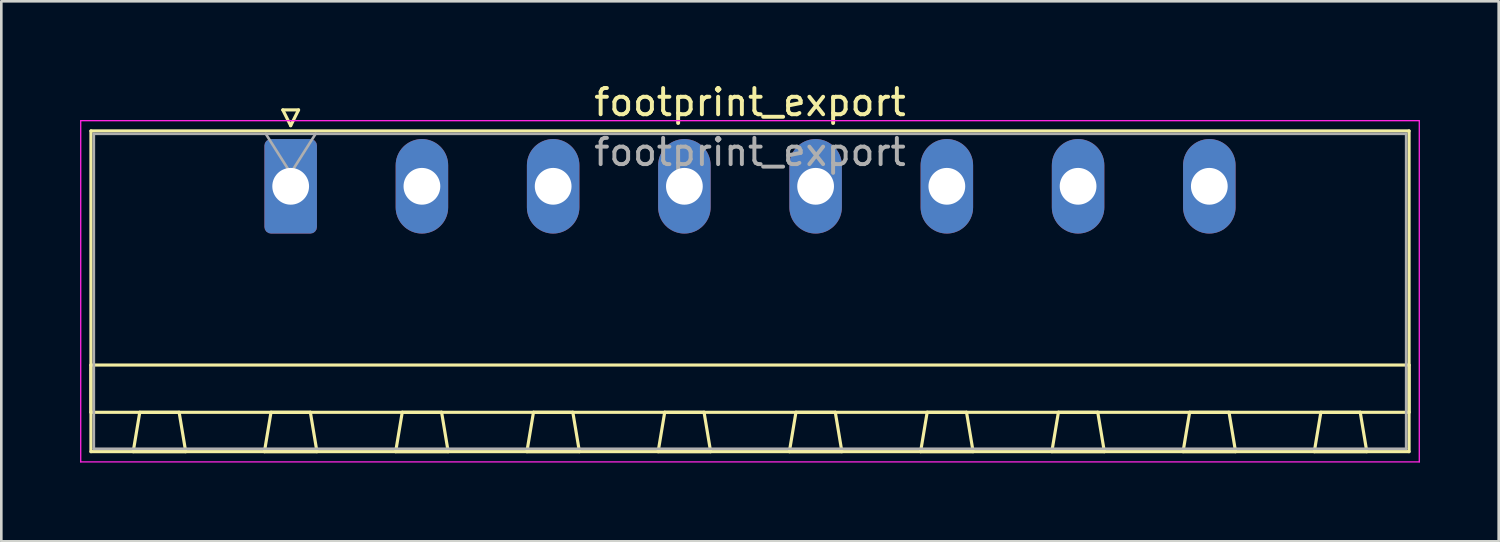
<source format=kicad_pcb>
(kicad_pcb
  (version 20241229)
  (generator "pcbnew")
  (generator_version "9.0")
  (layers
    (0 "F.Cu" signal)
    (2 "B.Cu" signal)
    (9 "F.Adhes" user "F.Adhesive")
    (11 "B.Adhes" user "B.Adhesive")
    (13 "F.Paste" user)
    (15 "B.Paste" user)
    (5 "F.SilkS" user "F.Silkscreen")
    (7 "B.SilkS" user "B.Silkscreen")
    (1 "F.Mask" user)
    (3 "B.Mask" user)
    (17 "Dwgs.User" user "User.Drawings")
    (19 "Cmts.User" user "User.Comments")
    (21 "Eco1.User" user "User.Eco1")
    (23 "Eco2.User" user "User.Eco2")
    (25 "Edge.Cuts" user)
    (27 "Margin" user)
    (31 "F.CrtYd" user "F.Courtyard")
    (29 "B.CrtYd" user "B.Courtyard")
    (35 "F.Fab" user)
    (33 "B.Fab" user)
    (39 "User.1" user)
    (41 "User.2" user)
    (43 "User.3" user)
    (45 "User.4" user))
  (footprint "footprint_export"
    (layer "F.Cu")
    (at 8.025 4.048)
    (property "Reference" "footprint_export" (at 17.5 -3.2 0) (layer "F.SilkS") (effects (font (size 1 1) (thickness 0.15))))
    (attr through_hole)
    (fp_line (start -7.61 -2.11) (end -7.61 10.11) (stroke (width 0.12) (type solid)) (layer "F.SilkS"))
    (fp_line (start -7.61 6.81) (end 42.61 6.81) (stroke (width 0.12) (type solid)) (layer "F.SilkS"))
    (fp_line (start -7.61 8.61) (end -7.61 6.81) (stroke (width 0.12) (type solid)) (layer "F.SilkS"))
    (fp_line (start -7.61 10.11) (end 42.61 10.11) (stroke (width 0.12) (type solid)) (layer "F.SilkS"))
    (fp_line (start -6 10.11) (end -4 10.11) (stroke (width 0.12) (type solid)) (layer "F.SilkS"))
    (fp_line (start -5.75 8.61) (end -6 10.11) (stroke (width 0.12) (type solid)) (layer "F.SilkS"))
    (fp_line (start -4.25 8.61) (end -5.75 8.61) (stroke (width 0.12) (type solid)) (layer "F.SilkS"))
    (fp_line (start -4 10.11) (end -4.25 8.61) (stroke (width 0.12) (type solid)) (layer "F.SilkS"))
    (fp_line (start -1 10.11) (end 1 10.11) (stroke (width 0.12) (type solid)) (layer "F.SilkS"))
    (fp_line (start -0.75 8.61) (end -1 10.11) (stroke (width 0.12) (type solid)) (layer "F.SilkS"))
    (fp_line (start -0.3 -2.91) (end 0.3 -2.91) (stroke (width 0.12) (type solid)) (layer "F.SilkS"))
    (fp_line (start 0 -2.31) (end -0.3 -2.91) (stroke (width 0.12) (type solid)) (layer "F.SilkS"))
    (fp_line (start 0.3 -2.91) (end 0 -2.31) (stroke (width 0.12) (type solid)) (layer "F.SilkS"))
    (fp_line (start 0.75 8.61) (end -0.75 8.61) (stroke (width 0.12) (type solid)) (layer "F.SilkS"))
    (fp_line (start 1 10.11) (end 0.75 8.61) (stroke (width 0.12) (type solid)) (layer "F.SilkS"))
    (fp_line (start 4 10.11) (end 6 10.11) (stroke (width 0.12) (type solid)) (layer "F.SilkS"))
    (fp_line (start 4.25 8.61) (end 4 10.11) (stroke (width 0.12) (type solid)) (layer "F.SilkS"))
    (fp_line (start 5.75 8.61) (end 4.25 8.61) (stroke (width 0.12) (type solid)) (layer "F.SilkS"))
    (fp_line (start 6 10.11) (end 5.75 8.61) (stroke (width 0.12) (type solid)) (layer "F.SilkS"))
    (fp_line (start 9 10.11) (end 11 10.11) (stroke (width 0.12) (type solid)) (layer "F.SilkS"))
    (fp_line (start 9.25 8.61) (end 9 10.11) (stroke (width 0.12) (type solid)) (layer "F.SilkS"))
    (fp_line (start 10.75 8.61) (end 9.25 8.61) (stroke (width 0.12) (type solid)) (layer "F.SilkS"))
    (fp_line (start 11 10.11) (end 10.75 8.61) (stroke (width 0.12) (type solid)) (layer "F.SilkS"))
    (fp_line (start 14 10.11) (end 16 10.11) (stroke (width 0.12) (type solid)) (layer "F.SilkS"))
    (fp_line (start 14.25 8.61) (end 14 10.11) (stroke (width 0.12) (type solid)) (layer "F.SilkS"))
    (fp_line (start 15.75 8.61) (end 14.25 8.61) (stroke (width 0.12) (type solid)) (layer "F.SilkS"))
    (fp_line (start 16 10.11) (end 15.75 8.61) (stroke (width 0.12) (type solid)) (layer "F.SilkS"))
    (fp_line (start 19 10.11) (end 21 10.11) (stroke (width 0.12) (type solid)) (layer "F.SilkS"))
    (fp_line (start 19.25 8.61) (end 19 10.11) (stroke (width 0.12) (type solid)) (layer "F.SilkS"))
    (fp_line (start 20.75 8.61) (end 19.25 8.61) (stroke (width 0.12) (type solid)) (layer "F.SilkS"))
    (fp_line (start 21 10.11) (end 20.75 8.61) (stroke (width 0.12) (type solid)) (layer "F.SilkS"))
    (fp_line (start 24 10.11) (end 26 10.11) (stroke (width 0.12) (type solid)) (layer "F.SilkS"))
    (fp_line (start 24.25 8.61) (end 24 10.11) (stroke (width 0.12) (type solid)) (layer "F.SilkS"))
    (fp_line (start 25.75 8.61) (end 24.25 8.61) (stroke (width 0.12) (type solid)) (layer "F.SilkS"))
    (fp_line (start 26 10.11) (end 25.75 8.61) (stroke (width 0.12) (type solid)) (layer "F.SilkS"))
    (fp_line (start 29 10.11) (end 31 10.11) (stroke (width 0.12) (type solid)) (layer "F.SilkS"))
    (fp_line (start 29.25 8.61) (end 29 10.11) (stroke (width 0.12) (type solid)) (layer "F.SilkS"))
    (fp_line (start 30.75 8.61) (end 29.25 8.61) (stroke (width 0.12) (type solid)) (layer "F.SilkS"))
    (fp_line (start 31 10.11) (end 30.75 8.61) (stroke (width 0.12) (type solid)) (layer "F.SilkS"))
    (fp_line (start 34 10.11) (end 36 10.11) (stroke (width 0.12) (type solid)) (layer "F.SilkS"))
    (fp_line (start 34.25 8.61) (end 34 10.11) (stroke (width 0.12) (type solid)) (layer "F.SilkS"))
    (fp_line (start 35.75 8.61) (end 34.25 8.61) (stroke (width 0.12) (type solid)) (layer "F.SilkS"))
    (fp_line (start 36 10.11) (end 35.75 8.61) (stroke (width 0.12) (type solid)) (layer "F.SilkS"))
    (fp_line (start 39 10.11) (end 41 10.11) (stroke (width 0.12) (type solid)) (layer "F.SilkS"))
    (fp_line (start 39.25 8.61) (end 39 10.11) (stroke (width 0.12) (type solid)) (layer "F.SilkS"))
    (fp_line (start 40.75 8.61) (end 39.25 8.61) (stroke (width 0.12) (type solid)) (layer "F.SilkS"))
    (fp_line (start 41 10.11) (end 40.75 8.61) (stroke (width 0.12) (type solid)) (layer "F.SilkS"))
    (fp_line (start 42.61 -2.11) (end -7.61 -2.11) (stroke (width 0.12) (type solid)) (layer "F.SilkS"))
    (fp_line (start 42.61 6.81) (end 42.61 8.61) (stroke (width 0.12) (type solid)) (layer "F.SilkS"))
    (fp_line (start 42.61 8.61) (end -7.61 8.61) (stroke (width 0.12) (type solid)) (layer "F.SilkS"))
    (fp_line (start 42.61 10.11) (end 42.61 -2.11) (stroke (width 0.12) (type solid)) (layer "F.SilkS"))
    (fp_line (start -8 -2.5) (end -8 10.5) (stroke (width 0.05) (type solid)) (layer "F.CrtYd"))
    (fp_line (start -8 10.5) (end 43 10.5) (stroke (width 0.05) (type solid)) (layer "F.CrtYd"))
    (fp_line (start 43 -2.5) (end -8 -2.5) (stroke (width 0.05) (type solid)) (layer "F.CrtYd"))
    (fp_line (start 43 10.5) (end 43 -2.5) (stroke (width 0.05) (type solid)) (layer "F.CrtYd"))
    (fp_line (start -7.5 -2) (end -7.5 10) (stroke (width 0.1) (type solid)) (layer "F.Fab"))
    (fp_line (start -7.5 10) (end 42.5 10) (stroke (width 0.1) (type solid)) (layer "F.Fab"))
    (fp_line (start 0 -0.5) (end -0.95 -2) (stroke (width 0.1) (type solid)) (layer "F.Fab"))
    (fp_line (start 0.95 -2) (end 0 -0.5) (stroke (width 0.1) (type solid)) (layer "F.Fab"))
    (fp_line (start 42.5 -2) (end -7.5 -2) (stroke (width 0.1) (type solid)) (layer "F.Fab"))
    (fp_line (start 42.5 10) (end 42.5 -2) (stroke (width 0.1) (type solid)) (layer "F.Fab"))
    (fp_text user "${REFERENCE}" (at 17.5 -1.3 0) (layer "F.Fab") (effects (font (size 1 1) (thickness 0.15))))
    (pad "1" thru_hole roundrect (at 0 0) (size 2 3.6) (drill 1.4) (layers "*.Cu" "*.Mask") (roundrect_rratio 0.125))
    (pad "2" thru_hole oval (at 5 0) (size 2 3.6) (drill 1.4) (layers "*.Cu" "*.Mask"))
    (pad "3" thru_hole oval (at 10 0) (size 2 3.6) (drill 1.4) (layers "*.Cu" "*.Mask"))
    (pad "4" thru_hole oval (at 15 0) (size 2 3.6) (drill 1.4) (layers "*.Cu" "*.Mask"))
    (pad "5" thru_hole oval (at 20 0) (size 2 3.6) (drill 1.4) (layers "*.Cu" "*.Mask"))
    (pad "6" thru_hole oval (at 25 0) (size 2 3.6) (drill 1.4) (layers "*.Cu" "*.Mask"))
    (pad "7" thru_hole oval (at 30 0) (size 2 3.6) (drill 1.4) (layers "*.Cu" "*.Mask"))
    (pad "8" thru_hole oval (at 35 0) (size 2 3.6) (drill 1.4) (layers "*.Cu" "*.Mask")))
  (gr_rect
    (start -3 -3)
    (end 54.05 17.573)
    (stroke (width 0.1) (type default))
    (fill no)
    (layer "Edge.Cuts")))
</source>
